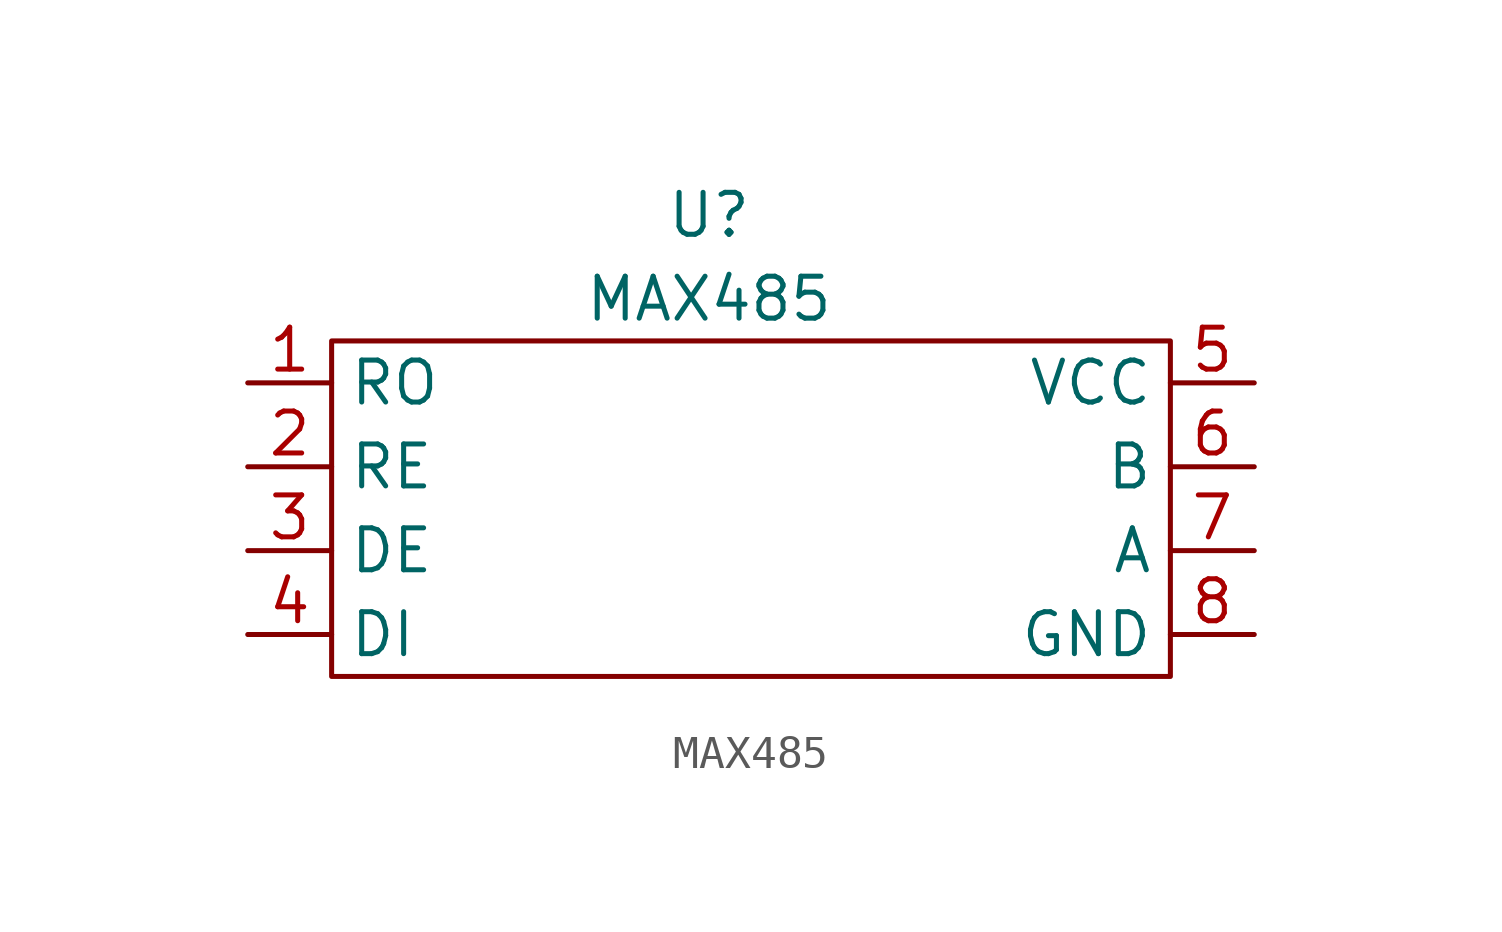
<source format=kicad_sym>
(kicad_symbol_lib
  (version 20211014)
  (generator kicad_symbol_editor)
  (symbol "MAX485"
    (property "Reference" "U"
      (at 0 0 0)
      (effects (font (size 1.27 1.27))))
    (property "Value" "MAX485"
      (at 0 -2.54 0)
      (effects (font (size 1.27 1.27))))
    (symbol "MAX485_0_1"
      (rectangle (start -11.43 -3.81) (end 13.97 -13.97) (stroke (width 0) (type default) (color 0 0 0 0)) (fill (type none))))
    (symbol "MAX485_1_1"
      (pin input line (at -13.97 -5.08 0) (length 2.54) (name "RO" (effects (font (size 1.27 1.27)))) (number "1" (effects (font (size 1.27 1.27)))))
      (pin input line (at -13.97 -7.62 0) (length 2.54) (name "RE" (effects (font (size 1.27 1.27)))) (number "2" (effects (font (size 1.27 1.27)))))
      (pin input line (at -13.97 -10.16 0) (length 2.54) (name "DE" (effects (font (size 1.27 1.27)))) (number "3" (effects (font (size 1.27 1.27)))))
      (pin input line (at -13.97 -12.7 0) (length 2.54) (name "DI" (effects (font (size 1.27 1.27)))) (number "4" (effects (font (size 1.27 1.27)))))
      (pin input line (at 16.51 -5.08 180) (length 2.54) (name "VCC" (effects (font (size 1.27 1.27)))) (number "5" (effects (font (size 1.27 1.27)))))
      (pin input line (at 16.51 -7.62 180) (length 2.54) (name "B" (effects (font (size 1.27 1.27)))) (number "6" (effects (font (size 1.27 1.27)))))
      (pin input line (at 16.51 -10.16 180) (length 2.54) (name "A" (effects (font (size 1.27 1.27)))) (number "7" (effects (font (size 1.27 1.27)))))
      (pin input line (at 16.51 -12.7 180) (length 2.54) (name "GND" (effects (font (size 1.27 1.27)))) (number "8" (effects (font (size 1.27 1.27))))))))
</source>
